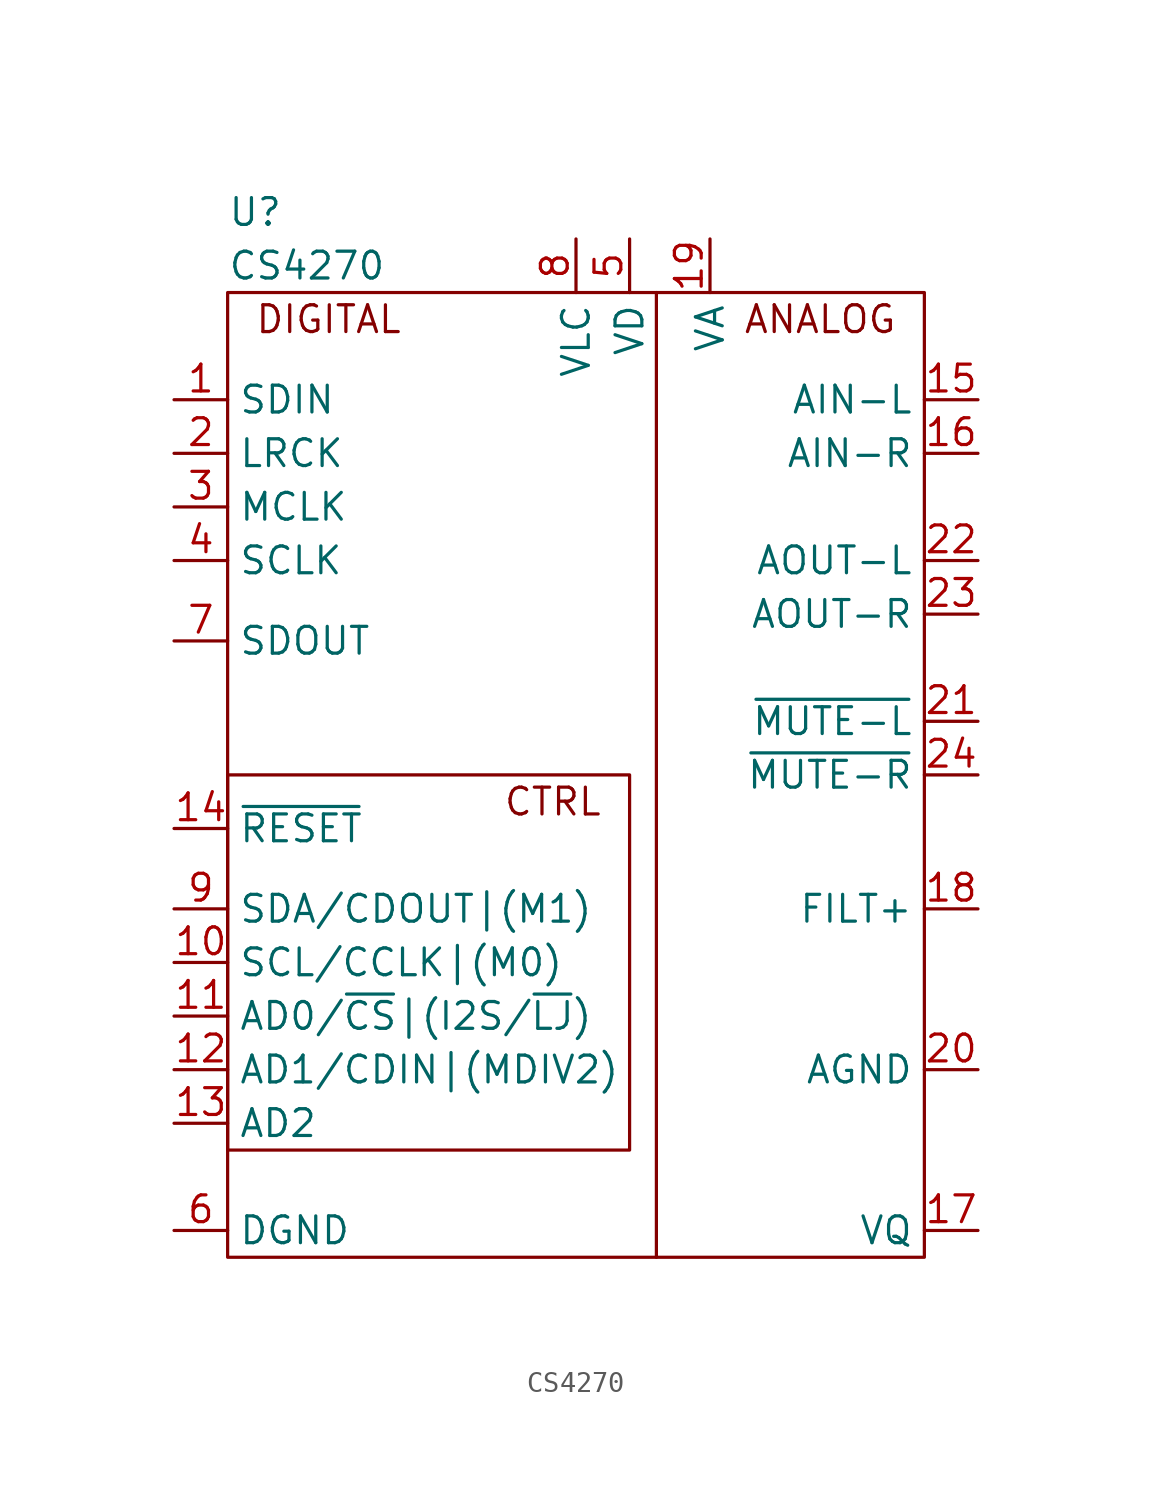
<source format=kicad_sym>
(kicad_symbol_lib
  (version 20220914)
  (generator kicad_symbol_editor)
  (symbol "CS4270"
    (property "Reference" "U"
      (at -20.32 3.81 0)
      (effects (font (size 1.27 1.27)) (justify left)))
    (property "Value" "CS4270"
      (at -20.32 1.27 0)
      (effects (font (size 1.27 1.27)) (justify left)))
    (symbol "CS4270_0_0"
      (pin input line (at -22.86 -5.08 0) (length 2.54) (name "SDIN" (effects (font (size 1.27 1.27)))) (number "1" (effects (font (size 1.27 1.27)))))
      (pin input line (at -22.86 -31.75 0) (length 2.54) (name "SCL/CCLK|(M0)" (effects (font (size 1.27 1.27)))) (number "10" (effects (font (size 1.27 1.27)))) (alternate "CCLK" input line) (alternate "M0" input line) (alternate "SCL" input line))
      (pin input line (at -22.86 -34.29 0) (length 2.54) (name "AD0/~{CS}|(I2S/~{LJ})" (effects (font (size 1.27 1.27)))) (number "11" (effects (font (size 1.27 1.27)))) (alternate "AD0" input line) (alternate "I2S/~{LJ}" input line) (alternate "~{CS}" input line))
      (pin input line (at -22.86 -36.83 0) (length 2.54) (name "AD1/CDIN|(MDIV2)" (effects (font (size 1.27 1.27)))) (number "12" (effects (font (size 1.27 1.27)))) (alternate "AD1" input line) (alternate "CDIN" input line) (alternate "MDIV2" input line))
      (pin input line (at -22.86 -39.37 0) (length 2.54) (name "AD2" (effects (font (size 1.27 1.27)))) (number "13" (effects (font (size 1.27 1.27)))) (alternate "MDIV2" input line))
      (pin input line (at -22.86 -25.4 0) (length 2.54) (name "~{RESET}" (effects (font (size 1.27 1.27)))) (number "14" (effects (font (size 1.27 1.27)))))
      (pin input line (at 15.24 -5.08 180) (length 2.54) (name "AIN-L" (effects (font (size 1.27 1.27)))) (number "15" (effects (font (size 1.27 1.27)))) (alternate "AINA" input line))
      (pin input line (at 15.24 -7.62 180) (length 2.54) (name "AIN-R" (effects (font (size 1.27 1.27)))) (number "16" (effects (font (size 1.27 1.27)))) (alternate "AINB" input line))
      (pin power_in line (at 15.24 -44.45 180) (length 2.54) (name "VQ" (effects (font (size 1.27 1.27)))) (number "17" (effects (font (size 1.27 1.27)))))
      (pin output line (at 15.24 -29.21 180) (length 2.54) (name "FILT+" (effects (font (size 1.27 1.27)))) (number "18" (effects (font (size 1.27 1.27)))))
      (pin power_in line (at 2.54 2.54 270) (length 2.54) (name "VA" (effects (font (size 1.27 1.27)))) (number "19" (effects (font (size 1.27 1.27)))))
      (pin bidirectional line (at -22.86 -7.62 0) (length 2.54) (name "LRCK" (effects (font (size 1.27 1.27)))) (number "2" (effects (font (size 1.27 1.27)))))
      (pin power_in line (at 15.24 -36.83 180) (length 2.54) (name "AGND" (effects (font (size 1.27 1.27)))) (number "20" (effects (font (size 1.27 1.27)))))
      (pin output line (at 15.24 -20.32 180) (length 2.54) (name "~{MUTE-L}" (effects (font (size 1.27 1.27)))) (number "21" (effects (font (size 1.27 1.27)))) (alternate "~{MUTEA}" output line))
      (pin output line (at 15.24 -12.7 180) (length 2.54) (name "AOUT-L" (effects (font (size 1.27 1.27)))) (number "22" (effects (font (size 1.27 1.27)))) (alternate "AOUTA" output line))
      (pin output line (at 15.24 -15.24 180) (length 2.54) (name "AOUT-R" (effects (font (size 1.27 1.27)))) (number "23" (effects (font (size 1.27 1.27)))) (alternate "AOUTB" output line))
      (pin output line (at 15.24 -22.86 180) (length 2.54) (name "~{MUTE-R}" (effects (font (size 1.27 1.27)))) (number "24" (effects (font (size 1.27 1.27)))) (alternate "~{MUTEB}" output line))
      (pin input line (at -22.86 -10.16 0) (length 2.54) (name "MCLK" (effects (font (size 1.27 1.27)))) (number "3" (effects (font (size 1.27 1.27)))))
      (pin bidirectional line (at -22.86 -12.7 0) (length 2.54) (name "SCLK" (effects (font (size 1.27 1.27)))) (number "4" (effects (font (size 1.27 1.27)))))
      (pin power_in line (at -1.27 2.54 270) (length 2.54) (name "VD" (effects (font (size 1.27 1.27)))) (number "5" (effects (font (size 1.27 1.27)))))
      (pin power_in line (at -22.86 -44.45 0) (length 2.54) (name "DGND" (effects (font (size 1.27 1.27)))) (number "6" (effects (font (size 1.27 1.27)))))
      (pin output line (at -22.86 -16.51 0) (length 2.54) (name "SDOUT" (effects (font (size 1.27 1.27)))) (number "7" (effects (font (size 1.27 1.27)))) (alternate "M/~{S}-SEL" output line))
      (pin power_in line (at -3.81 2.54 270) (length 2.54) (name "VLC" (effects (font (size 1.27 1.27)))) (number "8" (effects (font (size 1.27 1.27)))))
      (pin bidirectional line (at -22.86 -29.21 0) (length 2.54) (name "SDA/CDOUT|(M1)" (effects (font (size 1.27 1.27)))) (number "9" (effects (font (size 1.27 1.27)))) (alternate "CDOUT" bidirectional line) (alternate "M1" input line) (alternate "SDA" output line)))
    (symbol "CS4270_0_1"
      (rectangle (start -20.32 -22.86) (end -1.27 -40.64) (stroke (width 0) (type default)) (fill (type none)))
      (rectangle (start -20.32 0) (end 12.7 -45.72) (stroke (width 0) (type default)) (fill (type none)))
      (polyline (pts (xy 0 0) (xy 0 -45.72)) (stroke (width 0) (type default)) (fill (type none)))
      (text "ANALOG" (at 11.43 -1.27 0) (effects (font (size 1.27 1.27)) (justify right)))
      (text "CTRL" (at -2.54 -24.13 0) (effects (font (size 1.27 1.27)) (justify right)))
      (text "DIGITAL" (at -19.05 -1.27 0) (effects (font (size 1.27 1.27)) (justify left))))))
</source>
